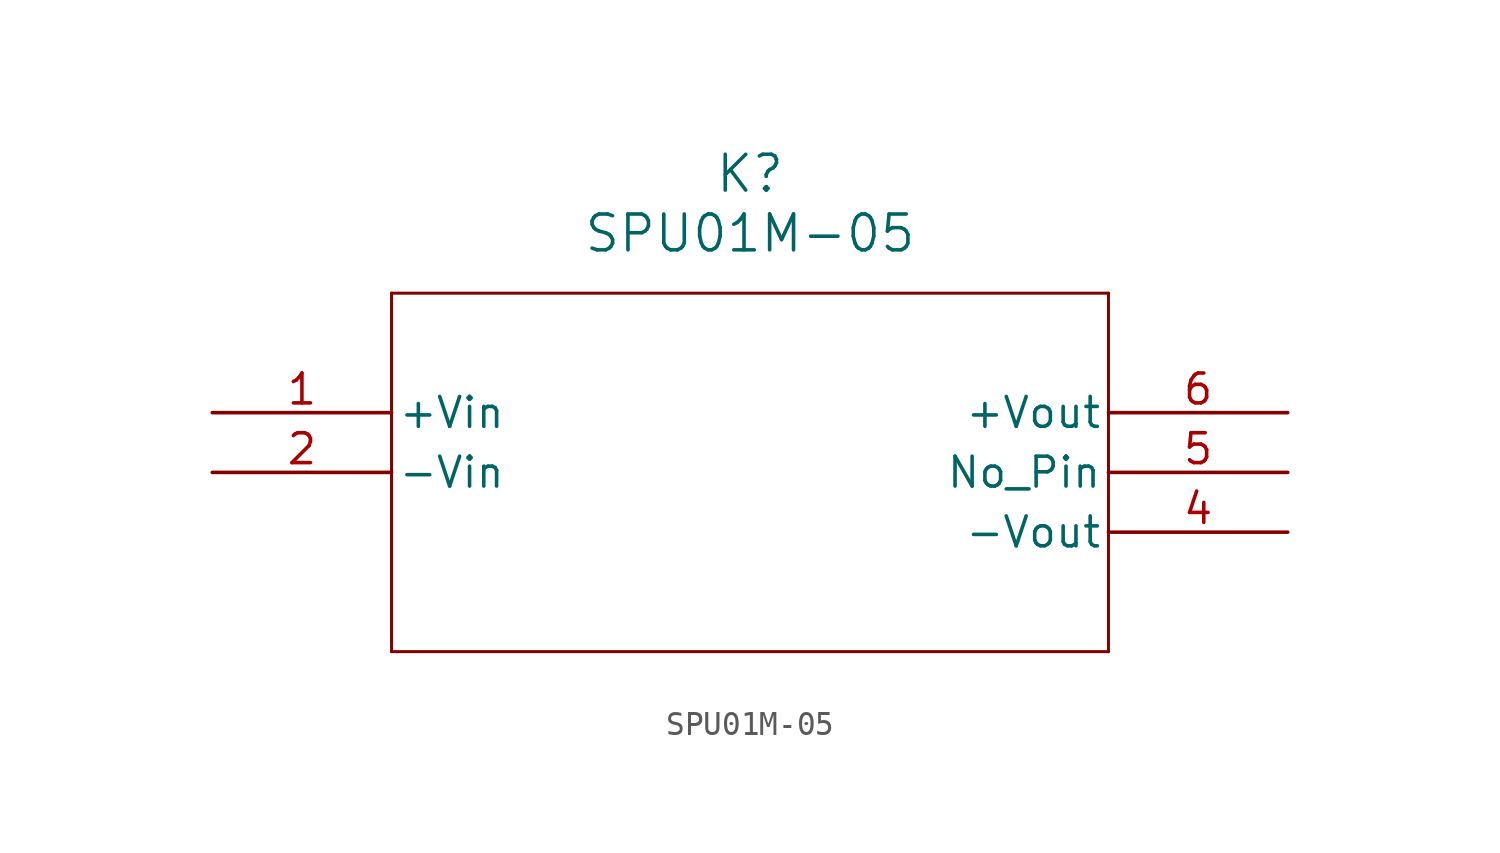
<source format=kicad_sym>
(kicad_symbol_lib
  (version 20211014)
  (generator kicad_symbol_editor)
  (symbol "SPU01M-05"
    (pin_names
      (offset 0.254))
    (property "Reference" "K"
      (at 22.86 10.16 0)
      (effects (font (size 1.524 1.524))))
    (property "Value" "SPU01M-05"
      (at 22.86 7.62 0)
      (effects (font (size 1.524 1.524))))
    (polyline
      (pts (xy 7.62 5.08) (xy 7.62 -10.16))
      (stroke (width 0.127) (type default) (color 0 0 0 0))
      (fill (type none)))
    (polyline
      (pts (xy 7.62 -10.16) (xy 38.1 -10.16))
      (stroke (width 0.127) (type default) (color 0 0 0 0))
      (fill (type none)))
    (polyline
      (pts (xy 38.1 -10.16) (xy 38.1 5.08))
      (stroke (width 0.127) (type default) (color 0 0 0 0))
      (fill (type none)))
    (polyline
      (pts (xy 38.1 5.08) (xy 7.62 5.08))
      (stroke (width 0.127) (type default) (color 0 0 0 0))
      (fill (type none)))
    (pin power_in line
      (at 0 0 0)
      (length 7.62)
      (name "+Vin" (effects (font (size 1.27 1.27))))
      (number "1" (effects (font (size 1.27 1.27)))))
    (pin power_in line
      (at 0 -2.54 0)
      (length 7.62)
      (name "-Vin" (effects (font (size 1.27 1.27))))
      (number "2" (effects (font (size 1.27 1.27)))))
    (pin power_in line
      (at 45.72 -5.08 180)
      (length 7.62)
      (name "-Vout" (effects (font (size 1.27 1.27))))
      (number "4" (effects (font (size 1.27 1.27)))))
    (pin unspecified line
      (at 45.72 -2.54 180)
      (length 7.62)
      (name "No Pin" (effects (font (size 1.27 1.27))))
      (number "5" (effects (font (size 1.27 1.27)))))
    (pin power_in line
      (at 45.72 0 180)
      (length 7.62)
      (name "+Vout" (effects (font (size 1.27 1.27))))
      (number "6" (effects (font (size 1.27 1.27)))))))
</source>
